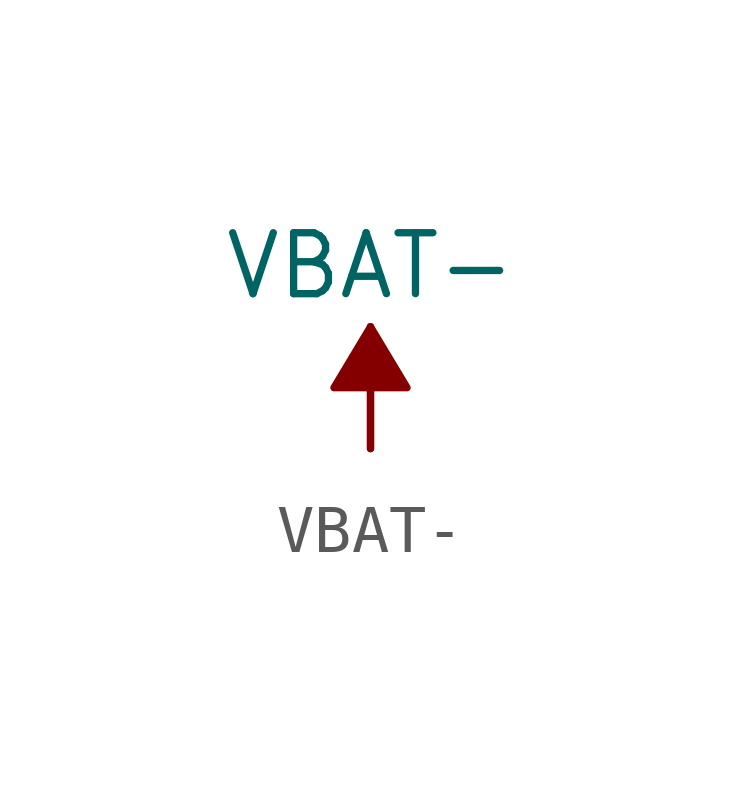
<source format=kicad_sym>
(kicad_symbol_lib
  (version 20220914)
  (generator kicad_symbol_editor)
  (symbol "VBAT-"
    (power)
    (pin_names
      (offset 0))
    (property "Reference" "#PWR"
      (at 0 -3.81 0)
      (effects (font (size 1.27 1.27)) hide))
    (property "Value" "VBAT-"
      (at 0 3.81 0)
      (effects (font (size 1.27 1.27))))
    (symbol "VBAT-_0_1"
      (polyline (pts (xy 0 0) (xy 0 2.54)) (stroke (width 0) (type default)) (fill (type none)))
      (polyline (pts (xy 0 0) (xy 0 2.54)) (stroke (width 0) (type default)) (fill (type none)))
      (polyline (pts (xy 0.762 1.27) (xy -0.762 1.27) (xy 0 2.54) (xy 0.762 1.27)) (stroke (width 0) (type default)) (fill (type outline))))
    (symbol "VBAT-_1_1"
      (pin power_in line (at 0 0 90) (length 0) hide (name "VBAT-" (effects (font (size 1.27 1.27)))) (number "1" (effects (font (size 1.27 1.27))))))))
</source>
